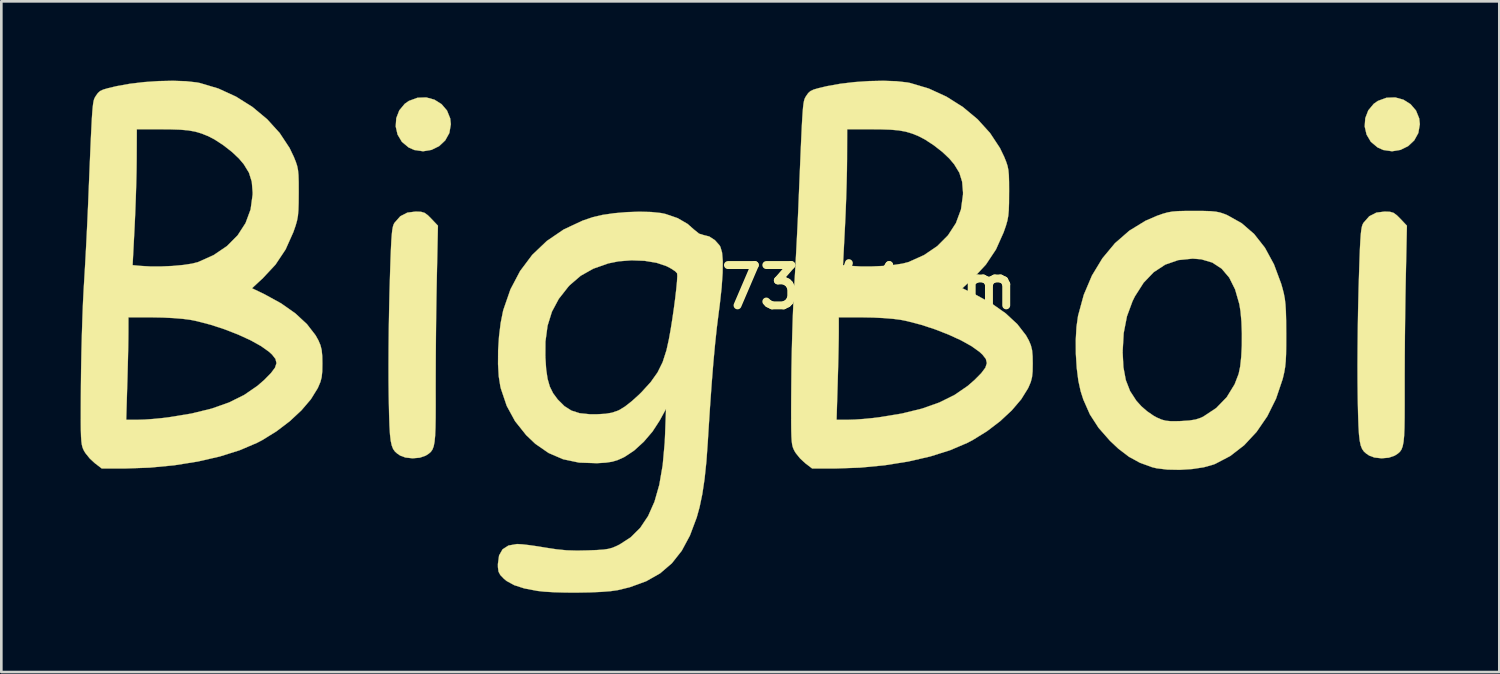
<source format=kicad_pcb>
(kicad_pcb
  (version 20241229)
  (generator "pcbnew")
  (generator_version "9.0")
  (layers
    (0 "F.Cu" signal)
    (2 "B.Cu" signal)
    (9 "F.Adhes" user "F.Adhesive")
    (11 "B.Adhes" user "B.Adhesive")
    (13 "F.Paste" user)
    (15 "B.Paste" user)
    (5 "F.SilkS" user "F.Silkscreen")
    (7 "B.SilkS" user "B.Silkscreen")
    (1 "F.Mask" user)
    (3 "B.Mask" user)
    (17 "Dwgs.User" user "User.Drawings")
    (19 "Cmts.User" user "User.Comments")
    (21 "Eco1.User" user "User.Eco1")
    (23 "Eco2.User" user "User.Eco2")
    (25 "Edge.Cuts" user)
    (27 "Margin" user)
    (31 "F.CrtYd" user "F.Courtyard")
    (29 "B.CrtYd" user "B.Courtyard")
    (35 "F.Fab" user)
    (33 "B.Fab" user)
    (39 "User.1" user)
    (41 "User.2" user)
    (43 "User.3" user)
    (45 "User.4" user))
  (footprint "73x41mm"
    (layer "F.Cu")
    (at 29.809 7.807)
    (property "Reference" "73x41mm" (at 0 0 0) (layer "F.SilkS") (effects (font (size 1.524 1.524) (thickness 0.3))))
    (attr through_hole)
    (fp_poly (pts (xy -16.432 -7.088) (xy -16.163 -6.919) (xy -15.957 -6.678) (xy -15.835 -6.377) (xy -15.812 -6.16) (xy -15.868 -5.828) (xy -16.024 -5.548) (xy -16.255 -5.331) (xy -16.542 -5.19) (xy -16.86 -5.137) (xy -17.188 -5.184) (xy -17.408 -5.281) (xy -17.663 -5.494) (xy -17.826 -5.768) (xy -17.896 -6.075) (xy -17.875 -6.389) (xy -17.761 -6.683) (xy -17.556 -6.931) (xy -17.399 -7.041) (xy -17.072 -7.161) (xy -16.743 -7.173) (xy -16.432 -7.088)) (stroke (width 0.01) (type solid)) (fill yes) (layer "F.SilkS"))
    (fp_poly (pts (xy 20.207 -7.088) (xy 20.476 -6.919) (xy 20.683 -6.678) (xy 20.805 -6.377) (xy 20.828 -6.16) (xy 20.771 -5.828) (xy 20.616 -5.548) (xy 20.384 -5.331) (xy 20.098 -5.19) (xy 19.779 -5.137) (xy 19.451 -5.184) (xy 19.232 -5.281) (xy 18.976 -5.494) (xy 18.814 -5.768) (xy 18.743 -6.075) (xy 18.765 -6.389) (xy 18.878 -6.683) (xy 19.084 -6.931) (xy 19.241 -7.041) (xy 19.567 -7.161) (xy 19.897 -7.173) (xy 20.207 -7.088)) (stroke (width 0.01) (type solid)) (fill yes) (layer "F.SilkS"))
    (fp_poly (pts (xy -16.942 -2.849) (xy -16.805 -2.809) (xy -16.676 -2.714) (xy -16.554 -2.591) (xy -16.3 -2.324) (xy -16.344 -0.269) (xy -16.356 0.367) (xy -16.367 1.087) (xy -16.375 1.847) (xy -16.381 2.604) (xy -16.384 3.316) (xy -16.385 3.85) (xy -16.384 4.45) (xy -16.386 4.937) (xy -16.393 5.324) (xy -16.406 5.624) (xy -16.428 5.851) (xy -16.46 6.018) (xy -16.506 6.139) (xy -16.566 6.226) (xy -16.643 6.294) (xy -16.738 6.356) (xy -16.767 6.373) (xy -16.985 6.449) (xy -17.259 6.472) (xy -17.528 6.443) (xy -17.725 6.37) (xy -17.836 6.296) (xy -17.924 6.218) (xy -17.994 6.12) (xy -18.046 5.988) (xy -18.085 5.808) (xy -18.113 5.564) (xy -18.132 5.242) (xy -18.146 4.828) (xy -18.157 4.307) (xy -18.161 4.096) (xy -18.167 3.575) (xy -18.168 2.961) (xy -18.165 2.288) (xy -18.158 1.587) (xy -18.146 0.894) (xy -18.132 0.24) (xy -18.126 0.032) (xy -18.108 -0.575) (xy -18.092 -1.068) (xy -18.076 -1.46) (xy -18.061 -1.764) (xy -18.044 -1.993) (xy -18.026 -2.16) (xy -18.004 -2.279) (xy -17.979 -2.362) (xy -17.949 -2.422) (xy -17.943 -2.431) (xy -17.723 -2.68) (xy -17.455 -2.818) (xy -17.141 -2.857) (xy -16.942 -2.849)) (stroke (width 0.01) (type solid)) (fill yes) (layer "F.SilkS"))
    (fp_poly (pts (xy 19.697 -2.849) (xy 19.835 -2.809) (xy 19.963 -2.714) (xy 20.086 -2.591) (xy 20.339 -2.324) (xy 20.295 -0.269) (xy 20.283 0.367) (xy 20.273 1.087) (xy 20.264 1.847) (xy 20.258 2.604) (xy 20.255 3.316) (xy 20.255 3.85) (xy 20.255 4.45) (xy 20.253 4.937) (xy 20.247 5.324) (xy 20.234 5.624) (xy 20.212 5.851) (xy 20.179 6.018) (xy 20.134 6.139) (xy 20.074 6.226) (xy 19.997 6.294) (xy 19.901 6.356) (xy 19.873 6.373) (xy 19.654 6.449) (xy 19.381 6.472) (xy 19.111 6.443) (xy 18.915 6.37) (xy 18.804 6.296) (xy 18.715 6.218) (xy 18.646 6.12) (xy 18.593 5.988) (xy 18.555 5.808) (xy 18.527 5.564) (xy 18.508 5.242) (xy 18.494 4.828) (xy 18.482 4.307) (xy 18.479 4.096) (xy 18.473 3.575) (xy 18.471 2.961) (xy 18.475 2.288) (xy 18.482 1.587) (xy 18.493 0.894) (xy 18.508 0.24) (xy 18.513 0.032) (xy 18.532 -0.575) (xy 18.548 -1.068) (xy 18.563 -1.46) (xy 18.579 -1.764) (xy 18.595 -1.993) (xy 18.614 -2.16) (xy 18.635 -2.279) (xy 18.66 -2.362) (xy 18.691 -2.422) (xy 18.696 -2.431) (xy 18.916 -2.68) (xy 19.185 -2.818) (xy 19.498 -2.857) (xy 19.697 -2.849)) (stroke (width 0.01) (type solid)) (fill yes) (layer "F.SilkS"))
    (fp_poly (pts (xy 12.652 -2.88) (xy 12.918 -2.872) (xy 13.116 -2.853) (xy 13.275 -2.821) (xy 13.425 -2.771) (xy 13.549 -2.72) (xy 14.091 -2.417) (xy 14.565 -2.006) (xy 14.972 -1.488) (xy 15.312 -0.862) (xy 15.585 -0.128) (xy 15.634 0.043) (xy 15.685 0.241) (xy 15.722 0.436) (xy 15.747 0.652) (xy 15.763 0.915) (xy 15.772 1.25) (xy 15.775 1.684) (xy 15.776 1.746) (xy 15.775 2.19) (xy 15.77 2.533) (xy 15.757 2.801) (xy 15.735 3.021) (xy 15.701 3.22) (xy 15.654 3.423) (xy 15.635 3.493) (xy 15.39 4.219) (xy 15.06 4.883) (xy 14.655 5.473) (xy 14.185 5.978) (xy 13.659 6.385) (xy 13.088 6.684) (xy 13.026 6.708) (xy 12.661 6.811) (xy 12.22 6.878) (xy 11.748 6.908) (xy 11.285 6.899) (xy 10.877 6.85) (xy 10.7 6.807) (xy 10.24 6.639) (xy 9.83 6.415) (xy 9.433 6.113) (xy 9.111 5.81) (xy 8.681 5.321) (xy 8.353 4.814) (xy 8.104 4.251) (xy 8.003 3.937) (xy 7.916 3.54) (xy 7.855 3.058) (xy 7.822 2.532) (xy 7.821 2.445) (xy 9.59 2.445) (xy 9.619 3.026) (xy 9.71 3.514) (xy 9.872 3.931) (xy 10.11 4.297) (xy 10.298 4.505) (xy 10.512 4.691) (xy 10.758 4.861) (xy 10.89 4.934) (xy 11.064 5.009) (xy 11.226 5.052) (xy 11.419 5.07) (xy 11.683 5.068) (xy 11.781 5.065) (xy 12.107 5.044) (xy 12.347 5.006) (xy 12.542 4.942) (xy 12.639 4.896) (xy 13.128 4.572) (xy 13.526 4.162) (xy 13.826 3.672) (xy 13.977 3.279) (xy 14.035 3.002) (xy 14.075 2.633) (xy 14.097 2.205) (xy 14.099 1.753) (xy 14.083 1.31) (xy 14.047 0.91) (xy 14.003 0.641) (xy 13.843 0.086) (xy 13.621 -0.36) (xy 13.334 -0.698) (xy 12.981 -0.929) (xy 12.561 -1.053) (xy 12.238 -1.078) (xy 11.693 -1.022) (xy 11.203 -0.852) (xy 10.766 -0.566) (xy 10.383 -0.166) (xy 10.054 0.35) (xy 9.963 0.534) (xy 9.753 1.104) (xy 9.63 1.738) (xy 9.59 2.445) (xy 7.821 2.445) (xy 7.818 2.002) (xy 7.845 1.507) (xy 7.904 1.089) (xy 7.904 1.088) (xy 8.121 0.291) (xy 8.43 -0.438) (xy 8.825 -1.09) (xy 9.298 -1.659) (xy 9.843 -2.134) (xy 10.454 -2.509) (xy 10.891 -2.698) (xy 11.106 -2.773) (xy 11.288 -2.824) (xy 11.471 -2.857) (xy 11.688 -2.874) (xy 11.971 -2.881) (xy 12.287 -2.882) (xy 12.652 -2.88)) (stroke (width 0.01) (type solid)) (fill yes) (layer "F.SilkS"))
    (fp_poly (pts (xy -8.238 -2.841) (xy -7.864 -2.802) (xy -7.701 -2.768) (xy -7.234 -2.608) (xy -6.861 -2.391) (xy -6.623 -2.181) (xy -6.424 -2.021) (xy -6.252 -1.968) (xy -6.04 -1.915) (xy -5.826 -1.775) (xy -5.653 -1.58) (xy -5.619 -1.522) (xy -5.557 -1.31) (xy -5.529 -0.98) (xy -5.535 -0.536) (xy -5.573 0.017) (xy -5.645 0.675) (xy -5.683 0.962) (xy -5.754 1.527) (xy -5.821 2.154) (xy -5.886 2.854) (xy -5.949 3.64) (xy -6.012 4.525) (xy -6.076 5.521) (xy -6.094 5.824) (xy -6.149 6.594) (xy -6.218 7.254) (xy -6.303 7.824) (xy -6.407 8.321) (xy -6.515 8.71) (xy -6.772 9.394) (xy -7.081 9.968) (xy -7.453 10.44) (xy -7.897 10.821) (xy -8.424 11.12) (xy -9.044 11.346) (xy -9.5 11.457) (xy -9.763 11.495) (xy -10.121 11.523) (xy -10.545 11.542) (xy -11.004 11.55) (xy -11.467 11.549) (xy -11.905 11.537) (xy -12.286 11.514) (xy -12.539 11.486) (xy -13.033 11.392) (xy -13.418 11.268) (xy -13.706 11.109) (xy -13.807 11.025) (xy -13.942 10.885) (xy -14.009 10.758) (xy -14.031 10.589) (xy -14.032 10.47) (xy -13.988 10.146) (xy -13.856 9.914) (xy -13.634 9.771) (xy -13.321 9.716) (xy -13.27 9.716) (xy -13.103 9.726) (xy -12.847 9.756) (xy -12.537 9.8) (xy -12.234 9.85) (xy -11.807 9.915) (xy -11.428 9.952) (xy -11.037 9.963) (xy -10.636 9.955) (xy -10.289 9.941) (xy -10.038 9.924) (xy -9.852 9.896) (xy -9.699 9.854) (xy -9.549 9.79) (xy -9.43 9.731) (xy -9.008 9.458) (xy -8.65 9.101) (xy -8.352 8.655) (xy -8.112 8.114) (xy -7.929 7.474) (xy -7.801 6.729) (xy -7.724 5.873) (xy -7.71 5.556) (xy -7.675 4.604) (xy -7.918 5.048) (xy -8.186 5.46) (xy -8.517 5.847) (xy -8.88 6.178) (xy -9.246 6.421) (xy -9.301 6.448) (xy -9.513 6.542) (xy -9.713 6.601) (xy -9.945 6.636) (xy -10.255 6.655) (xy -10.288 6.657) (xy -10.961 6.635) (xy -11.566 6.508) (xy -12.114 6.273) (xy -12.617 5.925) (xy -12.963 5.596) (xy -13.384 5.068) (xy -13.699 4.489) (xy -13.919 3.838) (xy -13.939 3.756) (xy -14 3.376) (xy -14.027 2.91) (xy -14.025 2.635) (xy -12.238 2.635) (xy -12.208 3.101) (xy -12.154 3.468) (xy -12.069 3.762) (xy -11.945 4.012) (xy -11.773 4.244) (xy -11.769 4.249) (xy -11.518 4.499) (xy -11.251 4.669) (xy -10.939 4.768) (xy -10.553 4.807) (xy -10.287 4.807) (xy -9.962 4.789) (xy -9.716 4.747) (xy -9.5 4.673) (xy -9.43 4.64) (xy -9.226 4.514) (xy -8.972 4.315) (xy -8.697 4.066) (xy -8.604 3.974) (xy -8.256 3.593) (xy -7.995 3.225) (xy -7.802 2.834) (xy -7.657 2.382) (xy -7.566 1.968) (xy -7.5 1.603) (xy -7.437 1.208) (xy -7.379 0.808) (xy -7.328 0.423) (xy -7.288 0.075) (xy -7.26 -0.213) (xy -7.249 -0.42) (xy -7.256 -0.523) (xy -7.33 -0.601) (xy -7.485 -0.703) (xy -7.653 -0.792) (xy -8.031 -0.92) (xy -8.485 -0.995) (xy -8.978 -1.014) (xy -9.469 -0.976) (xy -9.86 -0.897) (xy -10.427 -0.697) (xy -10.903 -0.429) (xy -11.311 -0.079) (xy -11.369 -0.017) (xy -11.729 0.441) (xy -11.989 0.927) (xy -12.155 1.46) (xy -12.235 2.059) (xy -12.238 2.635) (xy -14.025 2.635) (xy -14.024 2.394) (xy -13.99 1.865) (xy -13.928 1.358) (xy -13.839 0.91) (xy -13.825 0.857) (xy -13.558 0.085) (xy -13.192 -0.61) (xy -12.733 -1.221) (xy -12.183 -1.745) (xy -11.548 -2.178) (xy -10.831 -2.514) (xy -10.448 -2.644) (xy -10.078 -2.731) (xy -9.637 -2.795) (xy -9.16 -2.836) (xy -8.682 -2.852) (xy -8.238 -2.841)) (stroke (width 0.01) (type solid)) (fill yes) (layer "F.SilkS"))
    (fp_poly (pts (xy -25.827 -7.786) (xy -25.415 -7.74) (xy -25.302 -7.718) (xy -24.601 -7.509) (xy -23.932 -7.202) (xy -23.311 -6.811) (xy -22.757 -6.349) (xy -22.284 -5.828) (xy -21.91 -5.262) (xy -21.747 -4.921) (xy -21.674 -4.739) (xy -21.623 -4.584) (xy -21.591 -4.425) (xy -21.573 -4.233) (xy -21.565 -3.98) (xy -21.564 -3.634) (xy -21.564 -3.556) (xy -21.567 -3.186) (xy -21.576 -2.911) (xy -21.594 -2.698) (xy -21.628 -2.514) (xy -21.681 -2.327) (xy -21.758 -2.105) (xy -21.768 -2.078) (xy -22.06 -1.425) (xy -22.442 -0.851) (xy -22.915 -0.344) (xy -23.331 0.042) (xy -22.857 0.27) (xy -22.23 0.614) (xy -21.691 0.993) (xy -21.253 1.399) (xy -20.926 1.822) (xy -20.819 2.014) (xy -20.742 2.195) (xy -20.696 2.379) (xy -20.674 2.61) (xy -20.669 2.889) (xy -20.674 3.186) (xy -20.696 3.402) (xy -20.743 3.583) (xy -20.824 3.775) (xy -20.851 3.831) (xy -21.105 4.241) (xy -21.463 4.66) (xy -21.902 5.069) (xy -22.403 5.45) (xy -22.944 5.785) (xy -23.146 5.89) (xy -23.796 6.167) (xy -24.547 6.403) (xy -25.379 6.594) (xy -26.269 6.736) (xy -27.199 6.825) (xy -28.146 6.858) (xy -28.192 6.858) (xy -29.01 6.858) (xy -29.279 6.652) (xy -29.467 6.477) (xy -29.63 6.274) (xy -29.681 6.191) (xy -29.716 6.119) (xy -29.744 6.043) (xy -29.766 5.949) (xy -29.782 5.823) (xy -29.794 5.652) (xy -29.801 5.421) (xy -29.804 5.116) (xy -29.804 5.016) (xy -28.087 5.016) (xy -27.644 5.016) (xy -27.389 5.008) (xy -27.059 4.984) (xy -26.704 4.949) (xy -26.487 4.922) (xy -25.619 4.78) (xy -24.86 4.594) (xy -24.199 4.361) (xy -23.625 4.076) (xy -23.127 3.734) (xy -22.87 3.511) (xy -22.615 3.252) (xy -22.461 3.046) (xy -22.404 2.873) (xy -22.443 2.714) (xy -22.572 2.549) (xy -22.685 2.445) (xy -22.985 2.231) (xy -23.382 2.01) (xy -23.851 1.795) (xy -24.364 1.595) (xy -24.893 1.422) (xy -25.411 1.287) (xy -25.675 1.234) (xy -25.947 1.199) (xy -26.302 1.17) (xy -26.698 1.15) (xy -27.09 1.143) (xy -27.099 1.143) (xy -28.003 1.143) (xy -28.004 1.699) (xy -28.006 1.934) (xy -28.011 2.268) (xy -28.02 2.669) (xy -28.031 3.11) (xy -28.043 3.559) (xy -28.046 3.635) (xy -28.087 5.016) (xy -29.804 5.016) (xy -29.804 4.725) (xy -29.802 4.232) (xy -29.799 3.715) (xy -29.792 3.106) (xy -29.78 2.458) (xy -29.763 1.804) (xy -29.743 1.172) (xy -29.721 0.596) (xy -29.696 0.105) (xy -29.688 -0.032) (xy -29.656 -0.569) (xy -29.641 -0.831) (xy -27.845 -0.831) (xy -27.559 -0.804) (xy -27.177 -0.782) (xy -26.756 -0.782) (xy -26.329 -0.801) (xy -25.931 -0.838) (xy -25.595 -0.889) (xy -25.373 -0.946) (xy -24.78 -1.212) (xy -24.278 -1.552) (xy -23.874 -1.958) (xy -23.574 -2.422) (xy -23.383 -2.938) (xy -23.307 -3.497) (xy -23.306 -3.582) (xy -23.338 -3.984) (xy -23.445 -4.326) (xy -23.641 -4.646) (xy -23.823 -4.862) (xy -24.089 -5.113) (xy -24.412 -5.365) (xy -24.745 -5.583) (xy -24.987 -5.709) (xy -25.237 -5.809) (xy -25.477 -5.88) (xy -25.739 -5.927) (xy -26.051 -5.954) (xy -26.443 -5.967) (xy -26.718 -5.968) (xy -27.686 -5.969) (xy -27.691 -4.842) (xy -27.696 -4.416) (xy -27.708 -3.906) (xy -27.725 -3.354) (xy -27.746 -2.801) (xy -27.769 -2.291) (xy -27.77 -2.273) (xy -27.845 -0.831) (xy -29.641 -0.831) (xy -29.621 -1.187) (xy -29.587 -1.839) (xy -29.556 -2.479) (xy -29.53 -3.06) (xy -29.525 -3.175) (xy -29.493 -3.968) (xy -29.465 -4.645) (xy -29.441 -5.214) (xy -29.42 -5.686) (xy -29.401 -6.071) (xy -29.385 -6.379) (xy -29.369 -6.619) (xy -29.353 -6.802) (xy -29.337 -6.937) (xy -29.32 -7.035) (xy -29.301 -7.105) (xy -29.279 -7.157) (xy -29.253 -7.201) (xy -29.226 -7.244) (xy -29.156 -7.341) (xy -29.075 -7.413) (xy -28.955 -7.47) (xy -28.769 -7.524) (xy -28.489 -7.59) (xy -28.436 -7.602) (xy -27.95 -7.689) (xy -27.413 -7.753) (xy -26.859 -7.791) (xy -26.32 -7.802) (xy -25.827 -7.786)) (stroke (width 0.01) (type solid)) (fill yes) (layer "F.SilkS"))
    (fp_poly (pts (xy 1.033 -7.786) (xy 1.445 -7.74) (xy 1.558 -7.718) (xy 2.26 -7.509) (xy 2.929 -7.202) (xy 3.549 -6.811) (xy 4.104 -6.349) (xy 4.576 -5.828) (xy 4.95 -5.262) (xy 5.114 -4.921) (xy 5.187 -4.739) (xy 5.238 -4.584) (xy 5.27 -4.425) (xy 5.288 -4.233) (xy 5.295 -3.98) (xy 5.297 -3.634) (xy 5.296 -3.556) (xy 5.294 -3.186) (xy 5.285 -2.911) (xy 5.266 -2.698) (xy 5.232 -2.514) (xy 5.179 -2.327) (xy 5.102 -2.105) (xy 5.093 -2.078) (xy 4.801 -1.425) (xy 4.419 -0.851) (xy 3.946 -0.344) (xy 3.529 0.042) (xy 4.003 0.27) (xy 4.631 0.614) (xy 5.169 0.993) (xy 5.607 1.399) (xy 5.935 1.822) (xy 6.042 2.014) (xy 6.119 2.195) (xy 6.165 2.379) (xy 6.186 2.61) (xy 6.191 2.889) (xy 6.186 3.186) (xy 6.164 3.402) (xy 6.118 3.583) (xy 6.037 3.775) (xy 6.01 3.831) (xy 5.755 4.241) (xy 5.398 4.66) (xy 4.958 5.069) (xy 4.458 5.45) (xy 3.916 5.785) (xy 3.715 5.89) (xy 3.064 6.167) (xy 2.313 6.403) (xy 1.482 6.594) (xy 0.591 6.736) (xy -0.338 6.825) (xy -1.285 6.858) (xy -1.331 6.858) (xy -2.149 6.858) (xy -2.418 6.652) (xy -2.606 6.477) (xy -2.77 6.274) (xy -2.82 6.191) (xy -2.855 6.119) (xy -2.884 6.043) (xy -2.906 5.949) (xy -2.922 5.823) (xy -2.933 5.652) (xy -2.94 5.421) (xy -2.943 5.116) (xy -2.943 5.016) (xy -1.227 5.016) (xy -0.784 5.016) (xy -0.529 5.008) (xy -0.199 4.984) (xy 0.156 4.949) (xy 0.373 4.922) (xy 1.242 4.78) (xy 2.001 4.594) (xy 2.661 4.361) (xy 3.235 4.076) (xy 3.734 3.734) (xy 3.99 3.511) (xy 4.246 3.252) (xy 4.4 3.046) (xy 4.456 2.873) (xy 4.418 2.714) (xy 4.288 2.549) (xy 4.175 2.445) (xy 3.876 2.231) (xy 3.478 2.01) (xy 3.009 1.795) (xy 2.497 1.595) (xy 1.968 1.422) (xy 1.449 1.287) (xy 1.186 1.234) (xy 0.914 1.199) (xy 0.559 1.17) (xy 0.163 1.15) (xy -0.23 1.143) (xy -0.238 1.143) (xy -1.143 1.143) (xy -1.143 1.699) (xy -1.145 1.934) (xy -1.151 2.268) (xy -1.159 2.669) (xy -1.17 3.11) (xy -1.183 3.559) (xy -1.185 3.635) (xy -1.227 5.016) (xy -2.943 5.016) (xy -2.944 4.725) (xy -2.942 4.232) (xy -2.938 3.715) (xy -2.932 3.106) (xy -2.92 2.458) (xy -2.903 1.804) (xy -2.883 1.172) (xy -2.86 0.596) (xy -2.836 0.105) (xy -2.827 -0.032) (xy -2.795 -0.569) (xy -2.781 -0.831) (xy -0.984 -0.831) (xy -0.699 -0.804) (xy -0.316 -0.782) (xy 0.105 -0.782) (xy 0.532 -0.801) (xy 0.93 -0.838) (xy 1.266 -0.889) (xy 1.487 -0.946) (xy 2.081 -1.212) (xy 2.582 -1.552) (xy 2.986 -1.958) (xy 3.287 -2.422) (xy 3.478 -2.938) (xy 3.554 -3.497) (xy 3.555 -3.582) (xy 3.522 -3.984) (xy 3.416 -4.326) (xy 3.22 -4.646) (xy 3.037 -4.862) (xy 2.772 -5.113) (xy 2.448 -5.365) (xy 2.115 -5.583) (xy 1.873 -5.709) (xy 1.624 -5.809) (xy 1.383 -5.88) (xy 1.122 -5.927) (xy 0.809 -5.954) (xy 0.417 -5.967) (xy 0.143 -5.968) (xy -0.826 -5.969) (xy -0.83 -4.842) (xy -0.835 -4.416) (xy -0.847 -3.906) (xy -0.864 -3.354) (xy -0.885 -2.801) (xy -0.909 -2.291) (xy -0.91 -2.273) (xy -0.984 -0.831) (xy -2.781 -0.831) (xy -2.761 -1.187) (xy -2.727 -1.839) (xy -2.695 -2.479) (xy -2.669 -3.06) (xy -2.665 -3.175) (xy -2.632 -3.968) (xy -2.604 -4.645) (xy -2.58 -5.214) (xy -2.559 -5.686) (xy -2.541 -6.071) (xy -2.524 -6.379) (xy -2.508 -6.619) (xy -2.493 -6.802) (xy -2.477 -6.937) (xy -2.459 -7.035) (xy -2.44 -7.105) (xy -2.418 -7.157) (xy -2.393 -7.201) (xy -2.365 -7.244) (xy -2.296 -7.341) (xy -2.214 -7.413) (xy -2.094 -7.47) (xy -1.908 -7.524) (xy -1.629 -7.59) (xy -1.576 -7.602) (xy -1.089 -7.689) (xy -0.553 -7.753) (xy 0.001 -7.791) (xy 0.541 -7.802) (xy 1.033 -7.786)) (stroke (width 0.01) (type solid)) (fill yes) (layer "F.SilkS")))
  (gr_rect
    (start -3 -3)
    (end 53.642 22.363)
    (stroke (width 0.1) (type default))
    (fill no)
    (layer "Edge.Cuts")))
</source>
